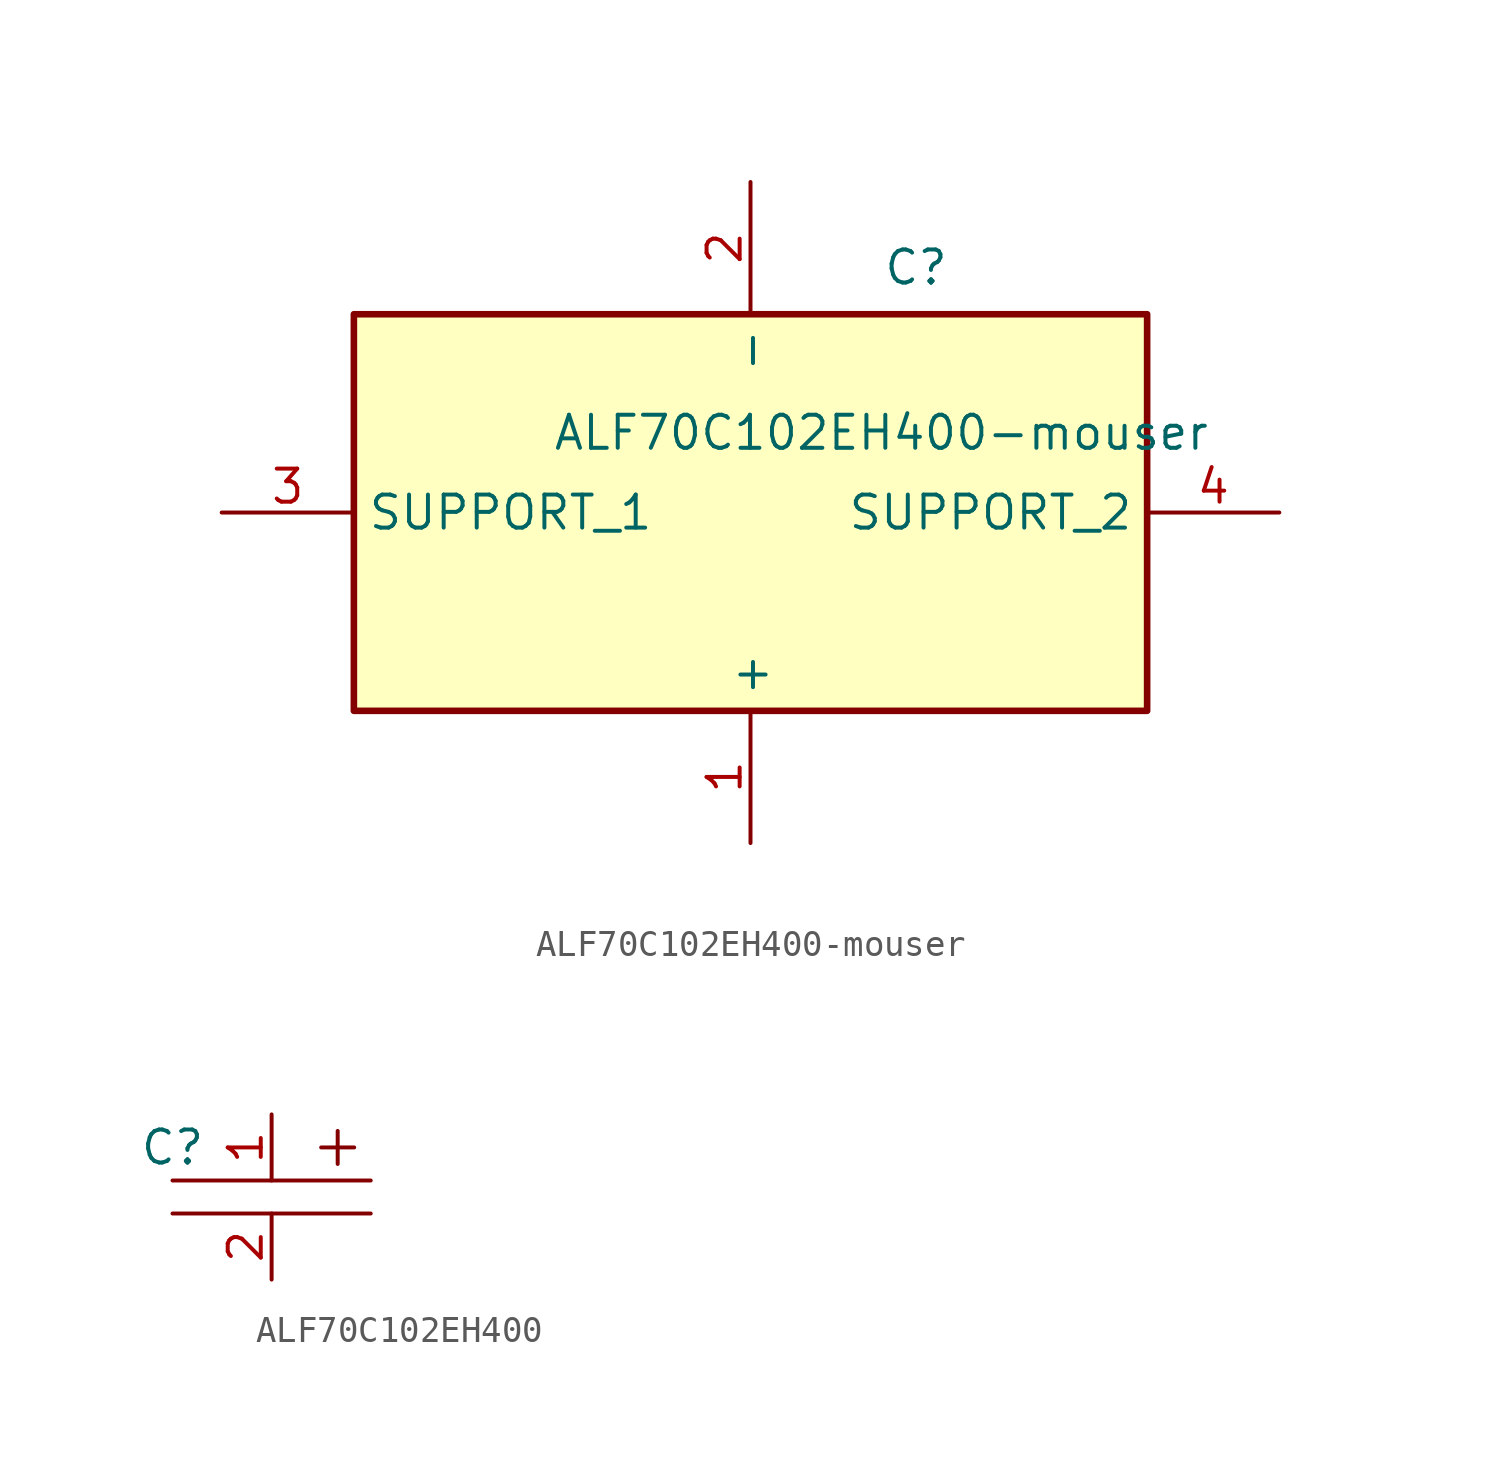
<source format=kicad_sym>
(kicad_symbol_lib
  (version 20220914)
  (generator kicad_symbol_editor)
  (symbol "ALF70C102EH400-mouser"
    (property "Reference" "C"
      (at 25.4 10.16 0)
      (effects (font (size 1.27 1.27)) (justify left top)))
    (property "Value" "ALF70C102EH400-mouser"
      (at 12.7 3.81 0)
      (do_not_autoplace)
      (effects (font (size 1.27 1.27)) (justify left top)))
    (symbol "ALF70C102EH400-mouser_1_1"
      (rectangle (start 5.08 7.62) (end 35.56 -7.62) (stroke (width 0.254) (type default)) (fill (type background)))
      (pin passive line (at 20.32 -12.7 90) (length 5.08) (name "+" (effects (font (size 1.27 1.27)))) (number "1" (effects (font (size 1.27 1.27)))))
      (pin passive line (at 20.32 12.7 270) (length 5.08) (name "-" (effects (font (size 1.27 1.27)))) (number "2" (effects (font (size 1.27 1.27)))))
      (pin passive line (at 0 0 0) (length 5.08) (name "SUPPORT_1" (effects (font (size 1.27 1.27)))) (number "3" (effects (font (size 1.27 1.27)))))
      (pin passive line (at 40.64 0 180) (length 5.08) (name "SUPPORT_2" (effects (font (size 1.27 1.27)))) (number "4" (effects (font (size 1.27 1.27)))))))
  (symbol "ALF70C102EH400"
    (property "Reference" "C"
      (at -3.81 -1.27 0)
      (effects (font (size 1.27 1.27))))
    (property "Value" ""
      (at -3.81 -1.27 0)
      (effects (font (size 1.27 1.27))))
    (symbol "ALF70C102EH400_0_1"
      (polyline (pts (xy -3.81 -3.81) (xy 3.81 -3.81)) (stroke (width 0) (type default)) (fill (type none)))
      (polyline (pts (xy -3.81 -2.54) (xy 3.81 -2.54)) (stroke (width 0) (type default)) (fill (type none)))
      (polyline (pts (xy 1.905 -1.27) (xy 3.175 -1.27)) (stroke (width 0) (type default)) (fill (type none)))
      (polyline (pts (xy 2.54 -0.635) (xy 2.54 -1.905)) (stroke (width 0) (type default)) (fill (type none))))
    (symbol "ALF70C102EH400_1_1"
      (pin input line (at 0 0 270) (length 2.54) (name "" (effects (font (size 1.27 1.27)))) (number "1" (effects (font (size 1.27 1.27)))))
      (pin input line (at 0 -6.35 90) (length 2.54) (name "" (effects (font (size 1.27 1.27)))) (number "2" (effects (font (size 1.27 1.27)))))
      (pin input line (at 13.97 -1.27 180) (length 2.54) hide (name "support" (effects (font (size 1.27 1.27)))) (number "3" (effects (font (size 1.27 1.27)))))
      (pin input line (at 13.97 -5.08 180) (length 2.54) hide (name "support" (effects (font (size 1.27 1.27)))) (number "4" (effects (font (size 1.27 1.27))))))))
</source>
